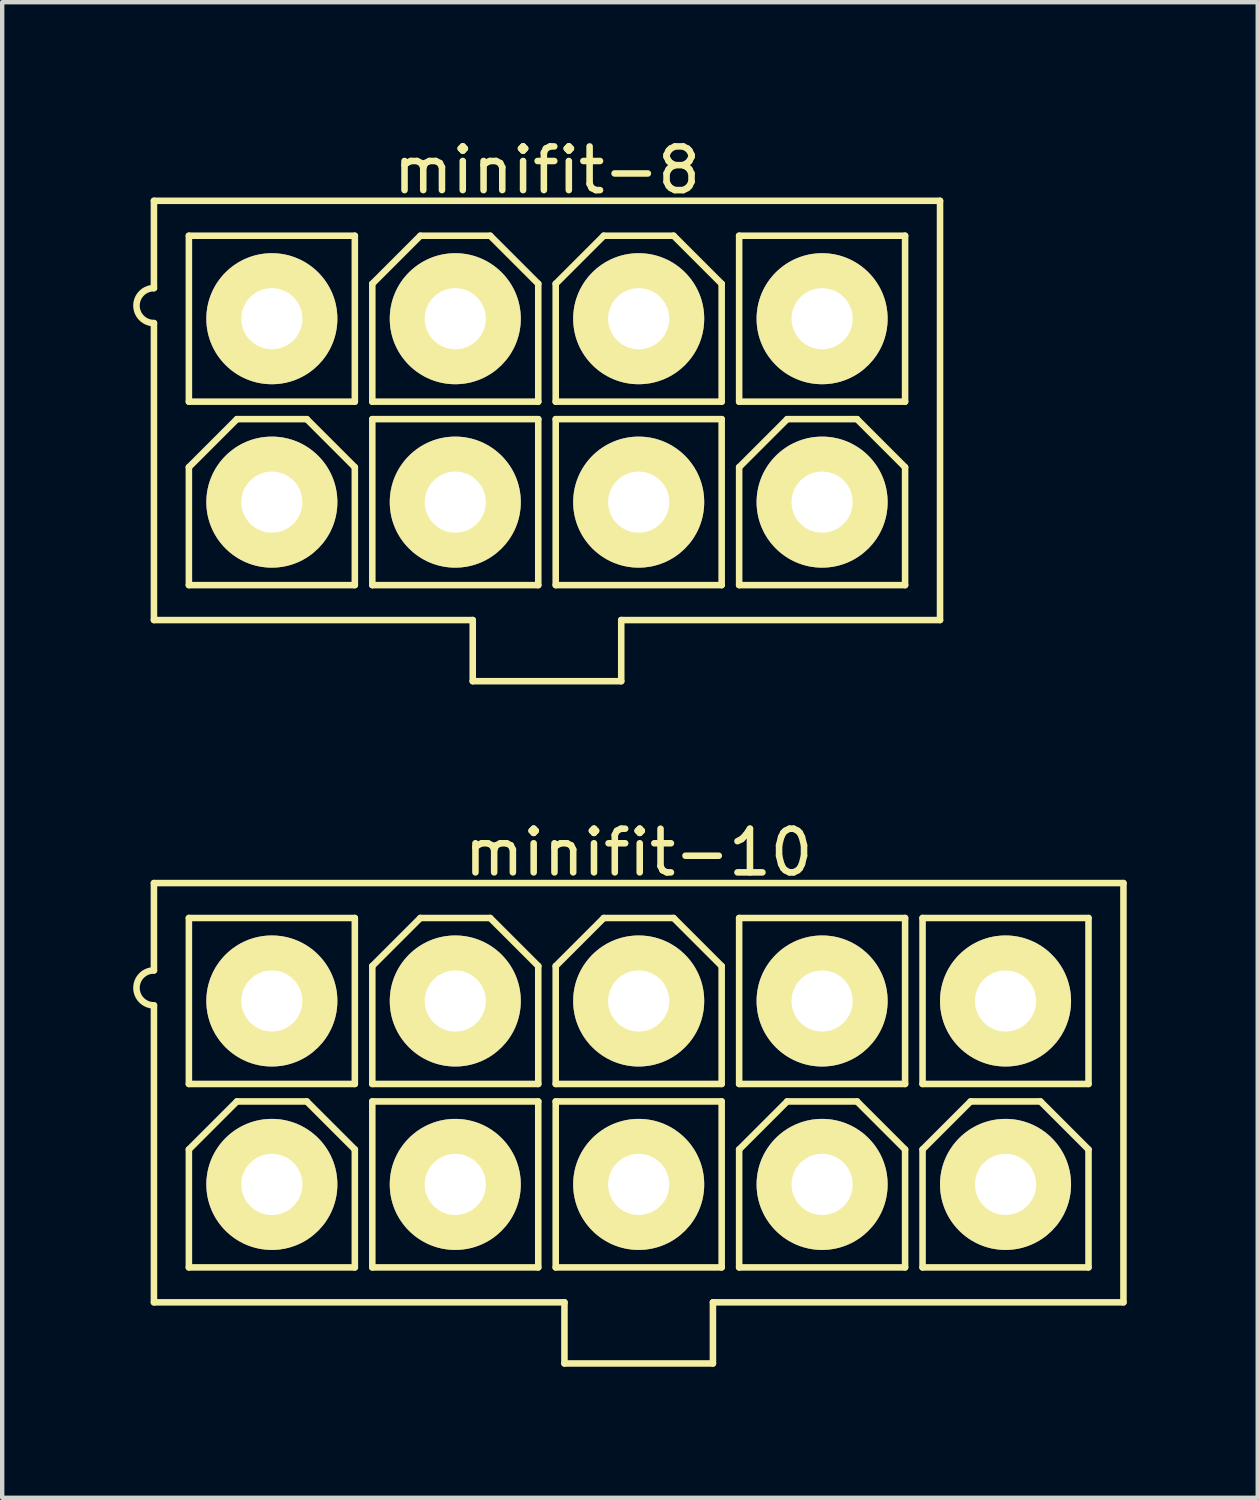
<source format=kicad_pcb>
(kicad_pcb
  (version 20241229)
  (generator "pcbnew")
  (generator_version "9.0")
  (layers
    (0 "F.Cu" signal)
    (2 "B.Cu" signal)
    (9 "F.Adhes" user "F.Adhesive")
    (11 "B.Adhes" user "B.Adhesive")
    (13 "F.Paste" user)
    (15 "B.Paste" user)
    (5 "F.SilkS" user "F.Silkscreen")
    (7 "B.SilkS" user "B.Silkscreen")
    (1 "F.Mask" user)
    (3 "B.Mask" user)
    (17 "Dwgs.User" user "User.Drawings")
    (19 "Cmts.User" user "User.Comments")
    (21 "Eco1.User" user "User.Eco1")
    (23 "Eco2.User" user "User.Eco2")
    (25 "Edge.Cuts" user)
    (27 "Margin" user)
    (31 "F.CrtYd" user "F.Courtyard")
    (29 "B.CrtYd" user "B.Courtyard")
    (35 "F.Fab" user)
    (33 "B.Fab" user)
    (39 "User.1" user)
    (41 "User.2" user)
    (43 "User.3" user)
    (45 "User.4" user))
  (footprint "minifit-10"
    (layer "F.Cu")
    (at 11.575 21.971)
    (property "Reference" "minifit-10" (at 0 -5.5 0) (layer "F.SilkS") (effects (font (size 1 1) (thickness 0.15))))
    (attr through_hole)
    (fp_line (start -11.1 -4.8) (end -11.1 -2.8) (stroke (width 0.15) (type solid)) (layer "F.SilkS"))
    (fp_line (start -11.1 -4.8) (end 11.1 -4.8) (stroke (width 0.15) (type solid)) (layer "F.SilkS"))
    (fp_line (start -11.1 -2) (end -11.1 4.8) (stroke (width 0.15) (type solid)) (layer "F.SilkS"))
    (fp_line (start -11.1 4.8) (end -1.7 4.8) (stroke (width 0.15) (type solid)) (layer "F.SilkS"))
    (fp_line (start -10.3 -4) (end -10.3 -0.2) (stroke (width 0.15) (type solid)) (layer "F.SilkS"))
    (fp_line (start -10.3 -0.2) (end -6.5 -0.2) (stroke (width 0.15) (type solid)) (layer "F.SilkS"))
    (fp_line (start -10.3 1.3) (end -10.3 4) (stroke (width 0.15) (type solid)) (layer "F.SilkS"))
    (fp_line (start -9.2 0.2) (end -10.3 1.3) (stroke (width 0.15) (type solid)) (layer "F.SilkS"))
    (fp_line (start -9.2 0.2) (end -7.6 0.2) (stroke (width 0.15) (type solid)) (layer "F.SilkS"))
    (fp_line (start -7.6 0.2) (end -6.5 1.3) (stroke (width 0.15) (type solid)) (layer "F.SilkS"))
    (fp_line (start -6.5 -4) (end -10.3 -4) (stroke (width 0.15) (type solid)) (layer "F.SilkS"))
    (fp_line (start -6.5 -0.2) (end -6.5 -4) (stroke (width 0.15) (type solid)) (layer "F.SilkS"))
    (fp_line (start -6.5 1.3) (end -6.5 4) (stroke (width 0.15) (type solid)) (layer "F.SilkS"))
    (fp_line (start -6.5 4) (end -10.3 4) (stroke (width 0.15) (type solid)) (layer "F.SilkS"))
    (fp_line (start -6.1 -2.9) (end -6.1 -0.2) (stroke (width 0.15) (type solid)) (layer "F.SilkS"))
    (fp_line (start -6.1 0.2) (end -6.1 4) (stroke (width 0.15) (type solid)) (layer "F.SilkS"))
    (fp_line (start -6.1 4) (end -2.3 4) (stroke (width 0.15) (type solid)) (layer "F.SilkS"))
    (fp_line (start -5 -4) (end -6.1 -2.9) (stroke (width 0.15) (type solid)) (layer "F.SilkS"))
    (fp_line (start -5 -4) (end -3.4 -4) (stroke (width 0.15) (type solid)) (layer "F.SilkS"))
    (fp_line (start -3.4 -4) (end -2.3 -2.9) (stroke (width 0.15) (type solid)) (layer "F.SilkS"))
    (fp_line (start -2.3 -2.9) (end -2.3 -0.2) (stroke (width 0.15) (type solid)) (layer "F.SilkS"))
    (fp_line (start -2.3 -0.2) (end -6.1 -0.2) (stroke (width 0.15) (type solid)) (layer "F.SilkS"))
    (fp_line (start -2.3 0.2) (end -6.1 0.2) (stroke (width 0.15) (type solid)) (layer "F.SilkS"))
    (fp_line (start -2.3 4) (end -2.3 0.2) (stroke (width 0.15) (type solid)) (layer "F.SilkS"))
    (fp_line (start -1.9 -2.9) (end -1.9 -0.2) (stroke (width 0.15) (type solid)) (layer "F.SilkS"))
    (fp_line (start -1.9 0.2) (end -1.9 4) (stroke (width 0.15) (type solid)) (layer "F.SilkS"))
    (fp_line (start -1.9 4) (end 1.9 4) (stroke (width 0.15) (type solid)) (layer "F.SilkS"))
    (fp_line (start -1.7 4.8) (end -1.7 6.2) (stroke (width 0.15) (type solid)) (layer "F.SilkS"))
    (fp_line (start -1.7 6.2) (end 1.7 6.2) (stroke (width 0.15) (type solid)) (layer "F.SilkS"))
    (fp_line (start -0.8 -4) (end -1.9 -2.9) (stroke (width 0.15) (type solid)) (layer "F.SilkS"))
    (fp_line (start -0.8 -4) (end 0.8 -4) (stroke (width 0.15) (type solid)) (layer "F.SilkS"))
    (fp_line (start 0.8 -4) (end 1.9 -2.9) (stroke (width 0.15) (type solid)) (layer "F.SilkS"))
    (fp_line (start 1.7 4.8) (end 11.1 4.8) (stroke (width 0.15) (type solid)) (layer "F.SilkS"))
    (fp_line (start 1.7 6.2) (end 1.7 4.8) (stroke (width 0.15) (type solid)) (layer "F.SilkS"))
    (fp_line (start 1.9 -2.9) (end 1.9 -0.2) (stroke (width 0.15) (type solid)) (layer "F.SilkS"))
    (fp_line (start 1.9 -0.2) (end -1.9 -0.2) (stroke (width 0.15) (type solid)) (layer "F.SilkS"))
    (fp_line (start 1.9 0.2) (end -1.9 0.2) (stroke (width 0.15) (type solid)) (layer "F.SilkS"))
    (fp_line (start 1.9 4) (end 1.9 0.2) (stroke (width 0.15) (type solid)) (layer "F.SilkS"))
    (fp_line (start 2.3 -4) (end 2.3 -0.2) (stroke (width 0.15) (type solid)) (layer "F.SilkS"))
    (fp_line (start 2.3 -0.2) (end 6.1 -0.2) (stroke (width 0.15) (type solid)) (layer "F.SilkS"))
    (fp_line (start 2.3 1.3) (end 2.3 4) (stroke (width 0.15) (type solid)) (layer "F.SilkS"))
    (fp_line (start 3.4 0.2) (end 2.3 1.3) (stroke (width 0.15) (type solid)) (layer "F.SilkS"))
    (fp_line (start 3.4 0.2) (end 5 0.2) (stroke (width 0.15) (type solid)) (layer "F.SilkS"))
    (fp_line (start 5 0.2) (end 6.1 1.3) (stroke (width 0.15) (type solid)) (layer "F.SilkS"))
    (fp_line (start 6.1 -4) (end 2.3 -4) (stroke (width 0.15) (type solid)) (layer "F.SilkS"))
    (fp_line (start 6.1 -0.2) (end 6.1 -4) (stroke (width 0.15) (type solid)) (layer "F.SilkS"))
    (fp_line (start 6.1 1.3) (end 6.1 4) (stroke (width 0.15) (type solid)) (layer "F.SilkS"))
    (fp_line (start 6.1 4) (end 2.3 4) (stroke (width 0.15) (type solid)) (layer "F.SilkS"))
    (fp_line (start 6.5 -4) (end 6.5 -0.2) (stroke (width 0.15) (type solid)) (layer "F.SilkS"))
    (fp_line (start 6.5 -0.2) (end 10.3 -0.2) (stroke (width 0.15) (type solid)) (layer "F.SilkS"))
    (fp_line (start 6.5 1.3) (end 6.5 4) (stroke (width 0.15) (type solid)) (layer "F.SilkS"))
    (fp_line (start 7.6 0.2) (end 6.5 1.3) (stroke (width 0.15) (type solid)) (layer "F.SilkS"))
    (fp_line (start 7.6 0.2) (end 9.2 0.2) (stroke (width 0.15) (type solid)) (layer "F.SilkS"))
    (fp_line (start 9.2 0.2) (end 10.3 1.3) (stroke (width 0.15) (type solid)) (layer "F.SilkS"))
    (fp_line (start 10.3 -4) (end 6.5 -4) (stroke (width 0.15) (type solid)) (layer "F.SilkS"))
    (fp_line (start 10.3 -0.2) (end 10.3 -4) (stroke (width 0.15) (type solid)) (layer "F.SilkS"))
    (fp_line (start 10.3 1.3) (end 10.3 4) (stroke (width 0.15) (type solid)) (layer "F.SilkS"))
    (fp_line (start 10.3 4) (end 6.5 4) (stroke (width 0.15) (type solid)) (layer "F.SilkS"))
    (fp_line (start 11.1 -4.8) (end 11.1 4.8) (stroke (width 0.15) (type solid)) (layer "F.SilkS"))
    (fp_arc (start -11.1 -2) (mid -11.5 -2.4) (end -11.1 -2.8) (stroke (width 0.15) (type solid)) (layer "F.SilkS"))
    (pad "1" thru_hole circle (at -8.4 -2.1) (size 3 3) (drill 1.4) (layers "*.Cu" "*.Mask" "F.SilkS"))
    (pad "2" thru_hole circle (at -4.2 -2.1) (size 3 3) (drill 1.4) (layers "*.Cu" "*.Mask" "F.SilkS"))
    (pad "3" thru_hole circle (at 0 -2.1) (size 3 3) (drill 1.4) (layers "*.Cu" "*.Mask" "F.SilkS"))
    (pad "4" thru_hole circle (at 4.2 -2.1) (size 3 3) (drill 1.4) (layers "*.Cu" "*.Mask" "F.SilkS"))
    (pad "5" thru_hole circle (at 8.4 -2.1) (size 3 3) (drill 1.4) (layers "*.Cu" "*.Mask" "F.SilkS"))
    (pad "6" thru_hole circle (at -8.4 2.1) (size 3 3) (drill 1.4) (layers "*.Cu" "*.Mask" "F.SilkS"))
    (pad "7" thru_hole circle (at -4.2 2.1) (size 3 3) (drill 1.4) (layers "*.Cu" "*.Mask" "F.SilkS"))
    (pad "8" thru_hole circle (at 0 2.1) (size 3 3) (drill 1.4) (layers "*.Cu" "*.Mask" "F.SilkS"))
    (pad "9" thru_hole circle (at 4.2 2.1) (size 3 3) (drill 1.4) (layers "*.Cu" "*.Mask" "F.SilkS"))
    (pad "10" thru_hole circle (at 8.4 2.1) (size 3 3) (drill 1.4) (layers "*.Cu" "*.Mask" "F.SilkS")))
  (footprint "minifit-8"
    (layer "F.Cu")
    (at 9.475 6.348)
    (property "Reference" "minifit-8" (at 0 -5.5 0) (layer "F.SilkS") (effects (font (size 1 1) (thickness 0.15))))
    (attr through_hole)
    (fp_line (start -9 -4.8) (end -9 -2.8) (stroke (width 0.15) (type solid)) (layer "F.SilkS"))
    (fp_line (start -9 -4.8) (end 9 -4.8) (stroke (width 0.15) (type solid)) (layer "F.SilkS"))
    (fp_line (start -9 -2) (end -9 4.8) (stroke (width 0.15) (type solid)) (layer "F.SilkS"))
    (fp_line (start -9 4.8) (end -1.7 4.8) (stroke (width 0.15) (type solid)) (layer "F.SilkS"))
    (fp_line (start -8.2 -4) (end -8.2 -0.2) (stroke (width 0.15) (type solid)) (layer "F.SilkS"))
    (fp_line (start -8.2 -0.2) (end -4.4 -0.2) (stroke (width 0.15) (type solid)) (layer "F.SilkS"))
    (fp_line (start -8.2 1.3) (end -8.2 4) (stroke (width 0.15) (type solid)) (layer "F.SilkS"))
    (fp_line (start -7.1 0.2) (end -8.2 1.3) (stroke (width 0.15) (type solid)) (layer "F.SilkS"))
    (fp_line (start -7.1 0.2) (end -5.5 0.2) (stroke (width 0.15) (type solid)) (layer "F.SilkS"))
    (fp_line (start -5.5 0.2) (end -4.4 1.3) (stroke (width 0.15) (type solid)) (layer "F.SilkS"))
    (fp_line (start -4.4 -4) (end -8.2 -4) (stroke (width 0.15) (type solid)) (layer "F.SilkS"))
    (fp_line (start -4.4 -0.2) (end -4.4 -4) (stroke (width 0.15) (type solid)) (layer "F.SilkS"))
    (fp_line (start -4.4 1.3) (end -4.4 4) (stroke (width 0.15) (type solid)) (layer "F.SilkS"))
    (fp_line (start -4.4 4) (end -8.2 4) (stroke (width 0.15) (type solid)) (layer "F.SilkS"))
    (fp_line (start -4 -2.9) (end -4 -0.2) (stroke (width 0.15) (type solid)) (layer "F.SilkS"))
    (fp_line (start -4 0.2) (end -4 4) (stroke (width 0.15) (type solid)) (layer "F.SilkS"))
    (fp_line (start -4 4) (end -0.2 4) (stroke (width 0.15) (type solid)) (layer "F.SilkS"))
    (fp_line (start -2.9 -4) (end -4 -2.9) (stroke (width 0.15) (type solid)) (layer "F.SilkS"))
    (fp_line (start -2.9 -4) (end -1.3 -4) (stroke (width 0.15) (type solid)) (layer "F.SilkS"))
    (fp_line (start -1.7 4.8) (end -1.7 6.2) (stroke (width 0.15) (type solid)) (layer "F.SilkS"))
    (fp_line (start -1.7 6.2) (end 1.7 6.2) (stroke (width 0.15) (type solid)) (layer "F.SilkS"))
    (fp_line (start -1.3 -4) (end -0.2 -2.9) (stroke (width 0.15) (type solid)) (layer "F.SilkS"))
    (fp_line (start -0.2 -2.9) (end -0.2 -0.2) (stroke (width 0.15) (type solid)) (layer "F.SilkS"))
    (fp_line (start -0.2 -0.2) (end -4 -0.2) (stroke (width 0.15) (type solid)) (layer "F.SilkS"))
    (fp_line (start -0.2 0.2) (end -4 0.2) (stroke (width 0.15) (type solid)) (layer "F.SilkS"))
    (fp_line (start -0.2 4) (end -0.2 0.2) (stroke (width 0.15) (type solid)) (layer "F.SilkS"))
    (fp_line (start 0.2 -2.9) (end 0.2 -0.2) (stroke (width 0.15) (type solid)) (layer "F.SilkS"))
    (fp_line (start 0.2 0.2) (end 0.2 4) (stroke (width 0.15) (type solid)) (layer "F.SilkS"))
    (fp_line (start 0.2 4) (end 4 4) (stroke (width 0.15) (type solid)) (layer "F.SilkS"))
    (fp_line (start 1.3 -4) (end 0.2 -2.9) (stroke (width 0.15) (type solid)) (layer "F.SilkS"))
    (fp_line (start 1.3 -4) (end 2.9 -4) (stroke (width 0.15) (type solid)) (layer "F.SilkS"))
    (fp_line (start 1.7 4.8) (end 9 4.8) (stroke (width 0.15) (type solid)) (layer "F.SilkS"))
    (fp_line (start 1.7 6.2) (end 1.7 4.8) (stroke (width 0.15) (type solid)) (layer "F.SilkS"))
    (fp_line (start 2.9 -4) (end 4 -2.9) (stroke (width 0.15) (type solid)) (layer "F.SilkS"))
    (fp_line (start 4 -2.9) (end 4 -0.2) (stroke (width 0.15) (type solid)) (layer "F.SilkS"))
    (fp_line (start 4 -0.2) (end 0.2 -0.2) (stroke (width 0.15) (type solid)) (layer "F.SilkS"))
    (fp_line (start 4 0.2) (end 0.2 0.2) (stroke (width 0.15) (type solid)) (layer "F.SilkS"))
    (fp_line (start 4 4) (end 4 0.2) (stroke (width 0.15) (type solid)) (layer "F.SilkS"))
    (fp_line (start 4.4 -4) (end 4.4 -0.2) (stroke (width 0.15) (type solid)) (layer "F.SilkS"))
    (fp_line (start 4.4 -0.2) (end 8.2 -0.2) (stroke (width 0.15) (type solid)) (layer "F.SilkS"))
    (fp_line (start 4.4 1.3) (end 4.4 4) (stroke (width 0.15) (type solid)) (layer "F.SilkS"))
    (fp_line (start 5.5 0.2) (end 4.4 1.3) (stroke (width 0.15) (type solid)) (layer "F.SilkS"))
    (fp_line (start 5.5 0.2) (end 7.1 0.2) (stroke (width 0.15) (type solid)) (layer "F.SilkS"))
    (fp_line (start 7.1 0.2) (end 8.2 1.3) (stroke (width 0.15) (type solid)) (layer "F.SilkS"))
    (fp_line (start 8.2 -4) (end 4.4 -4) (stroke (width 0.15) (type solid)) (layer "F.SilkS"))
    (fp_line (start 8.2 -0.2) (end 8.2 -4) (stroke (width 0.15) (type solid)) (layer "F.SilkS"))
    (fp_line (start 8.2 1.3) (end 8.2 4) (stroke (width 0.15) (type solid)) (layer "F.SilkS"))
    (fp_line (start 8.2 4) (end 4.4 4) (stroke (width 0.15) (type solid)) (layer "F.SilkS"))
    (fp_line (start 9 -4.8) (end 9 4.8) (stroke (width 0.15) (type solid)) (layer "F.SilkS"))
    (fp_arc (start -9 -2) (mid -9.4 -2.4) (end -9 -2.8) (stroke (width 0.15) (type solid)) (layer "F.SilkS"))
    (pad "1" thru_hole circle (at -6.3 -2.1) (size 3 3) (drill 1.4) (layers "*.Cu" "*.Mask" "F.SilkS"))
    (pad "2" thru_hole circle (at -2.1 -2.1) (size 3 3) (drill 1.4) (layers "*.Cu" "*.Mask" "F.SilkS"))
    (pad "3" thru_hole circle (at 2.1 -2.1) (size 3 3) (drill 1.4) (layers "*.Cu" "*.Mask" "F.SilkS"))
    (pad "4" thru_hole circle (at 6.3 -2.1) (size 3 3) (drill 1.4) (layers "*.Cu" "*.Mask" "F.SilkS"))
    (pad "5" thru_hole circle (at -6.3 2.1) (size 3 3) (drill 1.4) (layers "*.Cu" "*.Mask" "F.SilkS"))
    (pad "6" thru_hole circle (at -2.1 2.1) (size 3 3) (drill 1.4) (layers "*.Cu" "*.Mask" "F.SilkS"))
    (pad "7" thru_hole circle (at 2.1 2.1) (size 3 3) (drill 1.4) (layers "*.Cu" "*.Mask" "F.SilkS"))
    (pad "8" thru_hole circle (at 6.3 2.1) (size 3 3) (drill 1.4) (layers "*.Cu" "*.Mask" "F.SilkS")))
  (gr_rect
    (start -3 -3)
    (end 25.75 31.247)
    (stroke (width 0.1) (type default))
    (fill no)
    (layer "Edge.Cuts")))
</source>
